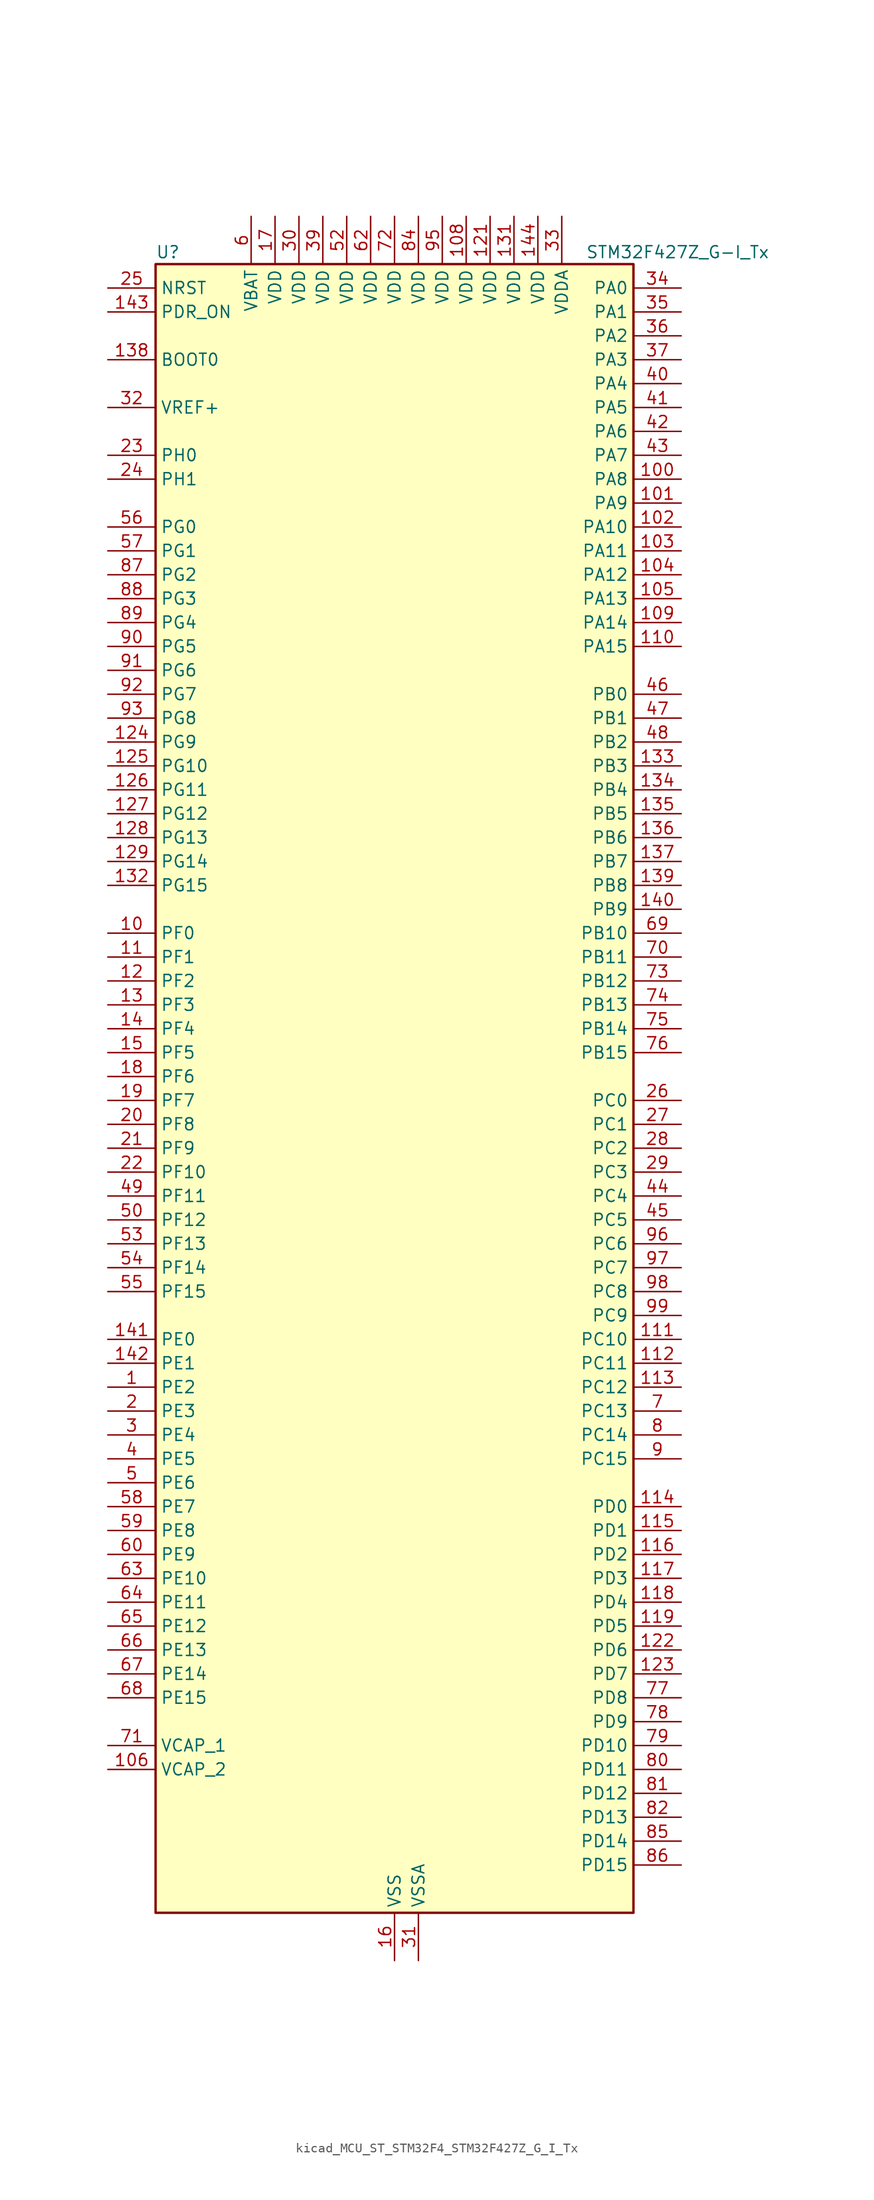
<source format=kicad_sym>
(kicad_symbol_lib
  (version 20220914)
  (generator kicad_symbol_editor)
  (symbol "kicad_MCU_ST_STM32F4_STM32F427Z_G_I_Tx"
    (property "Reference" "U"
      (at -25.4 90.17 0)
      (effects (font (size 1.27 1.27)) (justify left)))
    (property "Value" "STM32F427Z_G-I_Tx"
      (at 20.32 90.17 0)
      (effects (font (size 1.27 1.27)) (justify left)))
    (property "ki_locked" ""
      (at 0 0 0)
      (effects (font (size 1.27 1.27))))
    (symbol "kicad_MCU_ST_STM32F4_STM32F427Z_G_I_Tx_0_1"
      (rectangle (start -25.4 -86.36) (end 25.4 88.9) (stroke (width 0.254) (type default)) (fill (type background))))
    (symbol "kicad_MCU_ST_STM32F4_STM32F427Z_G_I_Tx_1_1"
      (pin bidirectional line (at -30.48 -30.48 0) (length 5.08) (name "PE2" (effects (font (size 1.27 1.27)))) (number "1" (effects (font (size 1.27 1.27)))) (alternate "ETH_TXD3" bidirectional line) (alternate "FMC_A23" bidirectional line) (alternate "SAI1_MCLK_A" bidirectional line) (alternate "SPI4_SCK" bidirectional line) (alternate "SYS_TRACECLK" bidirectional line))
      (pin bidirectional line (at -30.48 17.78 0) (length 5.08) (name "PF0" (effects (font (size 1.27 1.27)))) (number "10" (effects (font (size 1.27 1.27)))) (alternate "FMC_A0" bidirectional line) (alternate "I2C2_SDA" bidirectional line))
      (pin bidirectional line (at 30.48 66.04 180) (length 5.08) (name "PA8" (effects (font (size 1.27 1.27)))) (number "100" (effects (font (size 1.27 1.27)))) (alternate "I2C3_SCL" bidirectional line) (alternate "RCC_MCO_1" bidirectional line) (alternate "TIM1_CH1" bidirectional line) (alternate "USART1_CK" bidirectional line) (alternate "USB_OTG_FS_SOF" bidirectional line))
      (pin bidirectional line (at 30.48 63.5 180) (length 5.08) (name "PA9" (effects (font (size 1.27 1.27)))) (number "101" (effects (font (size 1.27 1.27)))) (alternate "DAC_EXTI9" bidirectional line) (alternate "DCMI_D0" bidirectional line) (alternate "I2C3_SMBA" bidirectional line) (alternate "TIM1_CH2" bidirectional line) (alternate "USART1_TX" bidirectional line) (alternate "USB_OTG_FS_VBUS" bidirectional line))
      (pin bidirectional line (at 30.48 60.96 180) (length 5.08) (name "PA10" (effects (font (size 1.27 1.27)))) (number "102" (effects (font (size 1.27 1.27)))) (alternate "DCMI_D1" bidirectional line) (alternate "TIM1_CH3" bidirectional line) (alternate "USART1_RX" bidirectional line) (alternate "USB_OTG_FS_ID" bidirectional line))
      (pin bidirectional line (at 30.48 58.42 180) (length 5.08) (name "PA11" (effects (font (size 1.27 1.27)))) (number "103" (effects (font (size 1.27 1.27)))) (alternate "ADC1_EXTI11" bidirectional line) (alternate "ADC2_EXTI11" bidirectional line) (alternate "ADC3_EXTI11" bidirectional line) (alternate "CAN1_RX" bidirectional line) (alternate "TIM1_CH4" bidirectional line) (alternate "USART1_CTS" bidirectional line) (alternate "USB_OTG_FS_DM" bidirectional line))
      (pin bidirectional line (at 30.48 55.88 180) (length 5.08) (name "PA12" (effects (font (size 1.27 1.27)))) (number "104" (effects (font (size 1.27 1.27)))) (alternate "CAN1_TX" bidirectional line) (alternate "TIM1_ETR" bidirectional line) (alternate "USART1_RTS" bidirectional line) (alternate "USB_OTG_FS_DP" bidirectional line))
      (pin bidirectional line (at 30.48 53.34 180) (length 5.08) (name "PA13" (effects (font (size 1.27 1.27)))) (number "105" (effects (font (size 1.27 1.27)))) (alternate "SYS_JTMS-SWDIO" bidirectional line))
      (pin power_out line (at -30.48 -71.12 0) (length 5.08) (name "VCAP_2" (effects (font (size 1.27 1.27)))) (number "106" (effects (font (size 1.27 1.27)))))
      (pin passive line (at 0 -91.44 90) (length 5.08) hide (name "VSS" (effects (font (size 1.27 1.27)))) (number "107" (effects (font (size 1.27 1.27)))))
      (pin power_in line (at 7.62 93.98 270) (length 5.08) (name "VDD" (effects (font (size 1.27 1.27)))) (number "108" (effects (font (size 1.27 1.27)))))
      (pin bidirectional line (at 30.48 50.8 180) (length 5.08) (name "PA14" (effects (font (size 1.27 1.27)))) (number "109" (effects (font (size 1.27 1.27)))) (alternate "SYS_JTCK-SWCLK" bidirectional line))
      (pin bidirectional line (at -30.48 15.24 0) (length 5.08) (name "PF1" (effects (font (size 1.27 1.27)))) (number "11" (effects (font (size 1.27 1.27)))) (alternate "FMC_A1" bidirectional line) (alternate "I2C2_SCL" bidirectional line))
      (pin bidirectional line (at 30.48 48.26 180) (length 5.08) (name "PA15" (effects (font (size 1.27 1.27)))) (number "110" (effects (font (size 1.27 1.27)))) (alternate "ADC1_EXTI15" bidirectional line) (alternate "ADC2_EXTI15" bidirectional line) (alternate "ADC3_EXTI15" bidirectional line) (alternate "I2S3_WS" bidirectional line) (alternate "SPI1_NSS" bidirectional line) (alternate "SPI3_NSS" bidirectional line) (alternate "SYS_JTDI" bidirectional line) (alternate "TIM2_CH1" bidirectional line) (alternate "TIM2_ETR" bidirectional line))
      (pin bidirectional line (at 30.48 -25.4 180) (length 5.08) (name "PC10" (effects (font (size 1.27 1.27)))) (number "111" (effects (font (size 1.27 1.27)))) (alternate "DCMI_D8" bidirectional line) (alternate "I2S3_CK" bidirectional line) (alternate "SDIO_D2" bidirectional line) (alternate "SPI3_SCK" bidirectional line) (alternate "UART4_TX" bidirectional line) (alternate "USART3_TX" bidirectional line))
      (pin bidirectional line (at 30.48 -27.94 180) (length 5.08) (name "PC11" (effects (font (size 1.27 1.27)))) (number "112" (effects (font (size 1.27 1.27)))) (alternate "ADC1_EXTI11" bidirectional line) (alternate "ADC2_EXTI11" bidirectional line) (alternate "ADC3_EXTI11" bidirectional line) (alternate "DCMI_D4" bidirectional line) (alternate "I2S3_ext_SD" bidirectional line) (alternate "SDIO_D3" bidirectional line) (alternate "SPI3_MISO" bidirectional line) (alternate "UART4_RX" bidirectional line) (alternate "USART3_RX" bidirectional line))
      (pin bidirectional line (at 30.48 -30.48 180) (length 5.08) (name "PC12" (effects (font (size 1.27 1.27)))) (number "113" (effects (font (size 1.27 1.27)))) (alternate "DCMI_D9" bidirectional line) (alternate "I2S3_SD" bidirectional line) (alternate "SDIO_CK" bidirectional line) (alternate "SPI3_MOSI" bidirectional line) (alternate "UART5_TX" bidirectional line) (alternate "USART3_CK" bidirectional line))
      (pin bidirectional line (at 30.48 -43.18 180) (length 5.08) (name "PD0" (effects (font (size 1.27 1.27)))) (number "114" (effects (font (size 1.27 1.27)))) (alternate "CAN1_RX" bidirectional line) (alternate "FMC_D2" bidirectional line) (alternate "FMC_DA2" bidirectional line))
      (pin bidirectional line (at 30.48 -45.72 180) (length 5.08) (name "PD1" (effects (font (size 1.27 1.27)))) (number "115" (effects (font (size 1.27 1.27)))) (alternate "CAN1_TX" bidirectional line) (alternate "FMC_D3" bidirectional line) (alternate "FMC_DA3" bidirectional line))
      (pin bidirectional line (at 30.48 -48.26 180) (length 5.08) (name "PD2" (effects (font (size 1.27 1.27)))) (number "116" (effects (font (size 1.27 1.27)))) (alternate "DCMI_D11" bidirectional line) (alternate "SDIO_CMD" bidirectional line) (alternate "TIM3_ETR" bidirectional line) (alternate "UART5_RX" bidirectional line))
      (pin bidirectional line (at 30.48 -50.8 180) (length 5.08) (name "PD3" (effects (font (size 1.27 1.27)))) (number "117" (effects (font (size 1.27 1.27)))) (alternate "DCMI_D5" bidirectional line) (alternate "FMC_CLK" bidirectional line) (alternate "I2S2_CK" bidirectional line) (alternate "SPI2_SCK" bidirectional line) (alternate "USART2_CTS" bidirectional line))
      (pin bidirectional line (at 30.48 -53.34 180) (length 5.08) (name "PD4" (effects (font (size 1.27 1.27)))) (number "118" (effects (font (size 1.27 1.27)))) (alternate "FMC_NOE" bidirectional line) (alternate "USART2_RTS" bidirectional line))
      (pin bidirectional line (at 30.48 -55.88 180) (length 5.08) (name "PD5" (effects (font (size 1.27 1.27)))) (number "119" (effects (font (size 1.27 1.27)))) (alternate "FMC_NWE" bidirectional line) (alternate "USART2_TX" bidirectional line))
      (pin bidirectional line (at -30.48 12.7 0) (length 5.08) (name "PF2" (effects (font (size 1.27 1.27)))) (number "12" (effects (font (size 1.27 1.27)))) (alternate "FMC_A2" bidirectional line) (alternate "I2C2_SMBA" bidirectional line))
      (pin passive line (at 0 -91.44 90) (length 5.08) hide (name "VSS" (effects (font (size 1.27 1.27)))) (number "120" (effects (font (size 1.27 1.27)))))
      (pin power_in line (at 10.16 93.98 270) (length 5.08) (name "VDD" (effects (font (size 1.27 1.27)))) (number "121" (effects (font (size 1.27 1.27)))))
      (pin bidirectional line (at 30.48 -58.42 180) (length 5.08) (name "PD6" (effects (font (size 1.27 1.27)))) (number "122" (effects (font (size 1.27 1.27)))) (alternate "DCMI_D10" bidirectional line) (alternate "FMC_NWAIT" bidirectional line) (alternate "I2S3_SD" bidirectional line) (alternate "SAI1_SD_A" bidirectional line) (alternate "SPI3_MOSI" bidirectional line) (alternate "USART2_RX" bidirectional line))
      (pin bidirectional line (at 30.48 -60.96 180) (length 5.08) (name "PD7" (effects (font (size 1.27 1.27)))) (number "123" (effects (font (size 1.27 1.27)))) (alternate "FMC_NCE2" bidirectional line) (alternate "FMC_NE1" bidirectional line) (alternate "USART2_CK" bidirectional line))
      (pin bidirectional line (at -30.48 38.1 0) (length 5.08) (name "PG9" (effects (font (size 1.27 1.27)))) (number "124" (effects (font (size 1.27 1.27)))) (alternate "DAC_EXTI9" bidirectional line) (alternate "DCMI_VSYNC" bidirectional line) (alternate "FMC_NCE3" bidirectional line) (alternate "FMC_NE2" bidirectional line) (alternate "USART6_RX" bidirectional line))
      (pin bidirectional line (at -30.48 35.56 0) (length 5.08) (name "PG10" (effects (font (size 1.27 1.27)))) (number "125" (effects (font (size 1.27 1.27)))) (alternate "DCMI_D2" bidirectional line) (alternate "FMC_NCE4_1" bidirectional line) (alternate "FMC_NE3" bidirectional line))
      (pin bidirectional line (at -30.48 33.02 0) (length 5.08) (name "PG11" (effects (font (size 1.27 1.27)))) (number "126" (effects (font (size 1.27 1.27)))) (alternate "ADC1_EXTI11" bidirectional line) (alternate "ADC2_EXTI11" bidirectional line) (alternate "ADC3_EXTI11" bidirectional line) (alternate "DCMI_D3" bidirectional line) (alternate "ETH_TX_EN" bidirectional line) (alternate "FMC_NCE4_2" bidirectional line))
      (pin bidirectional line (at -30.48 30.48 0) (length 5.08) (name "PG12" (effects (font (size 1.27 1.27)))) (number "127" (effects (font (size 1.27 1.27)))) (alternate "FMC_NE4" bidirectional line) (alternate "SPI6_MISO" bidirectional line) (alternate "USART6_RTS" bidirectional line))
      (pin bidirectional line (at -30.48 27.94 0) (length 5.08) (name "PG13" (effects (font (size 1.27 1.27)))) (number "128" (effects (font (size 1.27 1.27)))) (alternate "ETH_TXD0" bidirectional line) (alternate "FMC_A24" bidirectional line) (alternate "SPI6_SCK" bidirectional line) (alternate "USART6_CTS" bidirectional line))
      (pin bidirectional line (at -30.48 25.4 0) (length 5.08) (name "PG14" (effects (font (size 1.27 1.27)))) (number "129" (effects (font (size 1.27 1.27)))) (alternate "ETH_TXD1" bidirectional line) (alternate "FMC_A25" bidirectional line) (alternate "SPI6_MOSI" bidirectional line) (alternate "USART6_TX" bidirectional line))
      (pin bidirectional line (at -30.48 10.16 0) (length 5.08) (name "PF3" (effects (font (size 1.27 1.27)))) (number "13" (effects (font (size 1.27 1.27)))) (alternate "ADC3_IN9" bidirectional line) (alternate "FMC_A3" bidirectional line))
      (pin passive line (at 0 -91.44 90) (length 5.08) hide (name "VSS" (effects (font (size 1.27 1.27)))) (number "130" (effects (font (size 1.27 1.27)))))
      (pin power_in line (at 12.7 93.98 270) (length 5.08) (name "VDD" (effects (font (size 1.27 1.27)))) (number "131" (effects (font (size 1.27 1.27)))))
      (pin bidirectional line (at -30.48 22.86 0) (length 5.08) (name "PG15" (effects (font (size 1.27 1.27)))) (number "132" (effects (font (size 1.27 1.27)))) (alternate "ADC1_EXTI15" bidirectional line) (alternate "ADC2_EXTI15" bidirectional line) (alternate "ADC3_EXTI15" bidirectional line) (alternate "DCMI_D13" bidirectional line) (alternate "FMC_SDNCAS" bidirectional line) (alternate "USART6_CTS" bidirectional line))
      (pin bidirectional line (at 30.48 35.56 180) (length 5.08) (name "PB3" (effects (font (size 1.27 1.27)))) (number "133" (effects (font (size 1.27 1.27)))) (alternate "I2S3_CK" bidirectional line) (alternate "SPI1_SCK" bidirectional line) (alternate "SPI3_SCK" bidirectional line) (alternate "SYS_JTDO-SWO" bidirectional line) (alternate "TIM2_CH2" bidirectional line))
      (pin bidirectional line (at 30.48 33.02 180) (length 5.08) (name "PB4" (effects (font (size 1.27 1.27)))) (number "134" (effects (font (size 1.27 1.27)))) (alternate "I2S3_ext_SD" bidirectional line) (alternate "SPI1_MISO" bidirectional line) (alternate "SPI3_MISO" bidirectional line) (alternate "SYS_JTRST" bidirectional line) (alternate "TIM3_CH1" bidirectional line))
      (pin bidirectional line (at 30.48 30.48 180) (length 5.08) (name "PB5" (effects (font (size 1.27 1.27)))) (number "135" (effects (font (size 1.27 1.27)))) (alternate "CAN2_RX" bidirectional line) (alternate "DCMI_D10" bidirectional line) (alternate "ETH_PPS_OUT" bidirectional line) (alternate "FMC_SDCKE1" bidirectional line) (alternate "I2C1_SMBA" bidirectional line) (alternate "I2S3_SD" bidirectional line) (alternate "SPI1_MOSI" bidirectional line) (alternate "SPI3_MOSI" bidirectional line) (alternate "TIM3_CH2" bidirectional line) (alternate "USB_OTG_HS_ULPI_D7" bidirectional line))
      (pin bidirectional line (at 30.48 27.94 180) (length 5.08) (name "PB6" (effects (font (size 1.27 1.27)))) (number "136" (effects (font (size 1.27 1.27)))) (alternate "CAN2_TX" bidirectional line) (alternate "DCMI_D5" bidirectional line) (alternate "FMC_SDNE1" bidirectional line) (alternate "I2C1_SCL" bidirectional line) (alternate "TIM4_CH1" bidirectional line) (alternate "USART1_TX" bidirectional line))
      (pin bidirectional line (at 30.48 25.4 180) (length 5.08) (name "PB7" (effects (font (size 1.27 1.27)))) (number "137" (effects (font (size 1.27 1.27)))) (alternate "DCMI_VSYNC" bidirectional line) (alternate "FMC_NL" bidirectional line) (alternate "I2C1_SDA" bidirectional line) (alternate "TIM4_CH2" bidirectional line) (alternate "USART1_RX" bidirectional line))
      (pin input line (at -30.48 78.74 0) (length 5.08) (name "BOOT0" (effects (font (size 1.27 1.27)))) (number "138" (effects (font (size 1.27 1.27)))))
      (pin bidirectional line (at 30.48 22.86 180) (length 5.08) (name "PB8" (effects (font (size 1.27 1.27)))) (number "139" (effects (font (size 1.27 1.27)))) (alternate "CAN1_RX" bidirectional line) (alternate "DCMI_D6" bidirectional line) (alternate "ETH_TXD3" bidirectional line) (alternate "I2C1_SCL" bidirectional line) (alternate "SDIO_D4" bidirectional line) (alternate "TIM10_CH1" bidirectional line) (alternate "TIM4_CH3" bidirectional line))
      (pin bidirectional line (at -30.48 7.62 0) (length 5.08) (name "PF4" (effects (font (size 1.27 1.27)))) (number "14" (effects (font (size 1.27 1.27)))) (alternate "ADC3_IN14" bidirectional line) (alternate "FMC_A4" bidirectional line))
      (pin bidirectional line (at 30.48 20.32 180) (length 5.08) (name "PB9" (effects (font (size 1.27 1.27)))) (number "140" (effects (font (size 1.27 1.27)))) (alternate "CAN1_TX" bidirectional line) (alternate "DAC_EXTI9" bidirectional line) (alternate "DCMI_D7" bidirectional line) (alternate "I2C1_SDA" bidirectional line) (alternate "I2S2_WS" bidirectional line) (alternate "SDIO_D5" bidirectional line) (alternate "SPI2_NSS" bidirectional line) (alternate "TIM11_CH1" bidirectional line) (alternate "TIM4_CH4" bidirectional line))
      (pin bidirectional line (at -30.48 -25.4 0) (length 5.08) (name "PE0" (effects (font (size 1.27 1.27)))) (number "141" (effects (font (size 1.27 1.27)))) (alternate "DCMI_D2" bidirectional line) (alternate "FMC_NBL0" bidirectional line) (alternate "TIM4_ETR" bidirectional line) (alternate "UART8_RX" bidirectional line))
      (pin bidirectional line (at -30.48 -27.94 0) (length 5.08) (name "PE1" (effects (font (size 1.27 1.27)))) (number "142" (effects (font (size 1.27 1.27)))) (alternate "DCMI_D3" bidirectional line) (alternate "FMC_NBL1" bidirectional line) (alternate "UART8_TX" bidirectional line))
      (pin input line (at -30.48 83.82 0) (length 5.08) (name "PDR_ON" (effects (font (size 1.27 1.27)))) (number "143" (effects (font (size 1.27 1.27)))))
      (pin power_in line (at 15.24 93.98 270) (length 5.08) (name "VDD" (effects (font (size 1.27 1.27)))) (number "144" (effects (font (size 1.27 1.27)))))
      (pin bidirectional line (at -30.48 5.08 0) (length 5.08) (name "PF5" (effects (font (size 1.27 1.27)))) (number "15" (effects (font (size 1.27 1.27)))) (alternate "ADC3_IN15" bidirectional line) (alternate "FMC_A5" bidirectional line))
      (pin power_in line (at 0 -91.44 90) (length 5.08) (name "VSS" (effects (font (size 1.27 1.27)))) (number "16" (effects (font (size 1.27 1.27)))))
      (pin power_in line (at -12.7 93.98 270) (length 5.08) (name "VDD" (effects (font (size 1.27 1.27)))) (number "17" (effects (font (size 1.27 1.27)))))
      (pin bidirectional line (at -30.48 2.54 0) (length 5.08) (name "PF6" (effects (font (size 1.27 1.27)))) (number "18" (effects (font (size 1.27 1.27)))) (alternate "ADC3_IN4" bidirectional line) (alternate "FMC_NIORD" bidirectional line) (alternate "SAI1_SD_B" bidirectional line) (alternate "SPI5_NSS" bidirectional line) (alternate "TIM10_CH1" bidirectional line) (alternate "UART7_RX" bidirectional line))
      (pin bidirectional line (at -30.48 0 0) (length 5.08) (name "PF7" (effects (font (size 1.27 1.27)))) (number "19" (effects (font (size 1.27 1.27)))) (alternate "ADC3_IN5" bidirectional line) (alternate "FMC_NREG" bidirectional line) (alternate "SAI1_MCLK_B" bidirectional line) (alternate "SPI5_SCK" bidirectional line) (alternate "TIM11_CH1" bidirectional line) (alternate "UART7_TX" bidirectional line))
      (pin bidirectional line (at -30.48 -33.02 0) (length 5.08) (name "PE3" (effects (font (size 1.27 1.27)))) (number "2" (effects (font (size 1.27 1.27)))) (alternate "FMC_A19" bidirectional line) (alternate "SAI1_SD_B" bidirectional line) (alternate "SYS_TRACED0" bidirectional line))
      (pin bidirectional line (at -30.48 -2.54 0) (length 5.08) (name "PF8" (effects (font (size 1.27 1.27)))) (number "20" (effects (font (size 1.27 1.27)))) (alternate "ADC3_IN6" bidirectional line) (alternate "FMC_NIOWR" bidirectional line) (alternate "SAI1_SCK_B" bidirectional line) (alternate "SPI5_MISO" bidirectional line) (alternate "TIM13_CH1" bidirectional line))
      (pin bidirectional line (at -30.48 -5.08 0) (length 5.08) (name "PF9" (effects (font (size 1.27 1.27)))) (number "21" (effects (font (size 1.27 1.27)))) (alternate "ADC3_IN7" bidirectional line) (alternate "DAC_EXTI9" bidirectional line) (alternate "FMC_CD" bidirectional line) (alternate "SAI1_FS_B" bidirectional line) (alternate "SPI5_MOSI" bidirectional line) (alternate "TIM14_CH1" bidirectional line))
      (pin bidirectional line (at -30.48 -7.62 0) (length 5.08) (name "PF10" (effects (font (size 1.27 1.27)))) (number "22" (effects (font (size 1.27 1.27)))) (alternate "ADC3_IN8" bidirectional line) (alternate "DCMI_D11" bidirectional line) (alternate "FMC_INTR" bidirectional line))
      (pin bidirectional line (at -30.48 68.58 0) (length 5.08) (name "PH0" (effects (font (size 1.27 1.27)))) (number "23" (effects (font (size 1.27 1.27)))) (alternate "RCC_OSC_IN" bidirectional line))
      (pin bidirectional line (at -30.48 66.04 0) (length 5.08) (name "PH1" (effects (font (size 1.27 1.27)))) (number "24" (effects (font (size 1.27 1.27)))) (alternate "RCC_OSC_OUT" bidirectional line))
      (pin input line (at -30.48 86.36 0) (length 5.08) (name "NRST" (effects (font (size 1.27 1.27)))) (number "25" (effects (font (size 1.27 1.27)))))
      (pin bidirectional line (at 30.48 0 180) (length 5.08) (name "PC0" (effects (font (size 1.27 1.27)))) (number "26" (effects (font (size 1.27 1.27)))) (alternate "ADC1_IN10" bidirectional line) (alternate "ADC2_IN10" bidirectional line) (alternate "ADC3_IN10" bidirectional line) (alternate "FMC_SDNWE" bidirectional line) (alternate "USB_OTG_HS_ULPI_STP" bidirectional line))
      (pin bidirectional line (at 30.48 -2.54 180) (length 5.08) (name "PC1" (effects (font (size 1.27 1.27)))) (number "27" (effects (font (size 1.27 1.27)))) (alternate "ADC1_IN11" bidirectional line) (alternate "ADC2_IN11" bidirectional line) (alternate "ADC3_IN11" bidirectional line) (alternate "ETH_MDC" bidirectional line))
      (pin bidirectional line (at 30.48 -5.08 180) (length 5.08) (name "PC2" (effects (font (size 1.27 1.27)))) (number "28" (effects (font (size 1.27 1.27)))) (alternate "ADC1_IN12" bidirectional line) (alternate "ADC2_IN12" bidirectional line) (alternate "ADC3_IN12" bidirectional line) (alternate "ETH_TXD2" bidirectional line) (alternate "FMC_SDNE0" bidirectional line) (alternate "I2S2_ext_SD" bidirectional line) (alternate "SPI2_MISO" bidirectional line) (alternate "USB_OTG_HS_ULPI_DIR" bidirectional line))
      (pin bidirectional line (at 30.48 -7.62 180) (length 5.08) (name "PC3" (effects (font (size 1.27 1.27)))) (number "29" (effects (font (size 1.27 1.27)))) (alternate "ADC1_IN13" bidirectional line) (alternate "ADC2_IN13" bidirectional line) (alternate "ADC3_IN13" bidirectional line) (alternate "ETH_TX_CLK" bidirectional line) (alternate "FMC_SDCKE0" bidirectional line) (alternate "I2S2_SD" bidirectional line) (alternate "SPI2_MOSI" bidirectional line) (alternate "USB_OTG_HS_ULPI_NXT" bidirectional line))
      (pin bidirectional line (at -30.48 -35.56 0) (length 5.08) (name "PE4" (effects (font (size 1.27 1.27)))) (number "3" (effects (font (size 1.27 1.27)))) (alternate "DCMI_D4" bidirectional line) (alternate "FMC_A20" bidirectional line) (alternate "SAI1_FS_A" bidirectional line) (alternate "SPI4_NSS" bidirectional line) (alternate "SYS_TRACED1" bidirectional line))
      (pin power_in line (at -10.16 93.98 270) (length 5.08) (name "VDD" (effects (font (size 1.27 1.27)))) (number "30" (effects (font (size 1.27 1.27)))))
      (pin power_in line (at 2.54 -91.44 90) (length 5.08) (name "VSSA" (effects (font (size 1.27 1.27)))) (number "31" (effects (font (size 1.27 1.27)))))
      (pin input line (at -30.48 73.66 0) (length 5.08) (name "VREF+" (effects (font (size 1.27 1.27)))) (number "32" (effects (font (size 1.27 1.27)))))
      (pin power_in line (at 17.78 93.98 270) (length 5.08) (name "VDDA" (effects (font (size 1.27 1.27)))) (number "33" (effects (font (size 1.27 1.27)))))
      (pin bidirectional line (at 30.48 86.36 180) (length 5.08) (name "PA0" (effects (font (size 1.27 1.27)))) (number "34" (effects (font (size 1.27 1.27)))) (alternate "ADC1_IN0" bidirectional line) (alternate "ADC2_IN0" bidirectional line) (alternate "ADC3_IN0" bidirectional line) (alternate "ETH_CRS" bidirectional line) (alternate "SYS_WKUP" bidirectional line) (alternate "TIM2_CH1" bidirectional line) (alternate "TIM2_ETR" bidirectional line) (alternate "TIM5_CH1" bidirectional line) (alternate "TIM8_ETR" bidirectional line) (alternate "UART4_TX" bidirectional line) (alternate "USART2_CTS" bidirectional line))
      (pin bidirectional line (at 30.48 83.82 180) (length 5.08) (name "PA1" (effects (font (size 1.27 1.27)))) (number "35" (effects (font (size 1.27 1.27)))) (alternate "ADC1_IN1" bidirectional line) (alternate "ADC2_IN1" bidirectional line) (alternate "ADC3_IN1" bidirectional line) (alternate "ETH_REF_CLK" bidirectional line) (alternate "ETH_RX_CLK" bidirectional line) (alternate "TIM2_CH2" bidirectional line) (alternate "TIM5_CH2" bidirectional line) (alternate "UART4_RX" bidirectional line) (alternate "USART2_RTS" bidirectional line))
      (pin bidirectional line (at 30.48 81.28 180) (length 5.08) (name "PA2" (effects (font (size 1.27 1.27)))) (number "36" (effects (font (size 1.27 1.27)))) (alternate "ADC1_IN2" bidirectional line) (alternate "ADC2_IN2" bidirectional line) (alternate "ADC3_IN2" bidirectional line) (alternate "ETH_MDIO" bidirectional line) (alternate "TIM2_CH3" bidirectional line) (alternate "TIM5_CH3" bidirectional line) (alternate "TIM9_CH1" bidirectional line) (alternate "USART2_TX" bidirectional line))
      (pin bidirectional line (at 30.48 78.74 180) (length 5.08) (name "PA3" (effects (font (size 1.27 1.27)))) (number "37" (effects (font (size 1.27 1.27)))) (alternate "ADC1_IN3" bidirectional line) (alternate "ADC2_IN3" bidirectional line) (alternate "ADC3_IN3" bidirectional line) (alternate "ETH_COL" bidirectional line) (alternate "TIM2_CH4" bidirectional line) (alternate "TIM5_CH4" bidirectional line) (alternate "TIM9_CH2" bidirectional line) (alternate "USART2_RX" bidirectional line) (alternate "USB_OTG_HS_ULPI_D0" bidirectional line))
      (pin passive line (at 0 -91.44 90) (length 5.08) hide (name "VSS" (effects (font (size 1.27 1.27)))) (number "38" (effects (font (size 1.27 1.27)))))
      (pin power_in line (at -7.62 93.98 270) (length 5.08) (name "VDD" (effects (font (size 1.27 1.27)))) (number "39" (effects (font (size 1.27 1.27)))))
      (pin bidirectional line (at -30.48 -38.1 0) (length 5.08) (name "PE5" (effects (font (size 1.27 1.27)))) (number "4" (effects (font (size 1.27 1.27)))) (alternate "DCMI_D6" bidirectional line) (alternate "FMC_A21" bidirectional line) (alternate "SAI1_SCK_A" bidirectional line) (alternate "SPI4_MISO" bidirectional line) (alternate "SYS_TRACED2" bidirectional line) (alternate "TIM9_CH1" bidirectional line))
      (pin bidirectional line (at 30.48 76.2 180) (length 5.08) (name "PA4" (effects (font (size 1.27 1.27)))) (number "40" (effects (font (size 1.27 1.27)))) (alternate "ADC1_IN4" bidirectional line) (alternate "ADC2_IN4" bidirectional line) (alternate "DAC_OUT1" bidirectional line) (alternate "DCMI_HSYNC" bidirectional line) (alternate "I2S3_WS" bidirectional line) (alternate "SPI1_NSS" bidirectional line) (alternate "SPI3_NSS" bidirectional line) (alternate "USART2_CK" bidirectional line) (alternate "USB_OTG_HS_SOF" bidirectional line))
      (pin bidirectional line (at 30.48 73.66 180) (length 5.08) (name "PA5" (effects (font (size 1.27 1.27)))) (number "41" (effects (font (size 1.27 1.27)))) (alternate "ADC1_IN5" bidirectional line) (alternate "ADC2_IN5" bidirectional line) (alternate "DAC_OUT2" bidirectional line) (alternate "SPI1_SCK" bidirectional line) (alternate "TIM2_CH1" bidirectional line) (alternate "TIM2_ETR" bidirectional line) (alternate "TIM8_CH1N" bidirectional line) (alternate "USB_OTG_HS_ULPI_CK" bidirectional line))
      (pin bidirectional line (at 30.48 71.12 180) (length 5.08) (name "PA6" (effects (font (size 1.27 1.27)))) (number "42" (effects (font (size 1.27 1.27)))) (alternate "ADC1_IN6" bidirectional line) (alternate "ADC2_IN6" bidirectional line) (alternate "DCMI_PIXCLK" bidirectional line) (alternate "SPI1_MISO" bidirectional line) (alternate "TIM13_CH1" bidirectional line) (alternate "TIM1_BKIN" bidirectional line) (alternate "TIM3_CH1" bidirectional line) (alternate "TIM8_BKIN" bidirectional line))
      (pin bidirectional line (at 30.48 68.58 180) (length 5.08) (name "PA7" (effects (font (size 1.27 1.27)))) (number "43" (effects (font (size 1.27 1.27)))) (alternate "ADC1_IN7" bidirectional line) (alternate "ADC2_IN7" bidirectional line) (alternate "ETH_CRS_DV" bidirectional line) (alternate "ETH_RX_DV" bidirectional line) (alternate "SPI1_MOSI" bidirectional line) (alternate "TIM14_CH1" bidirectional line) (alternate "TIM1_CH1N" bidirectional line) (alternate "TIM3_CH2" bidirectional line) (alternate "TIM8_CH1N" bidirectional line))
      (pin bidirectional line (at 30.48 -10.16 180) (length 5.08) (name "PC4" (effects (font (size 1.27 1.27)))) (number "44" (effects (font (size 1.27 1.27)))) (alternate "ADC1_IN14" bidirectional line) (alternate "ADC2_IN14" bidirectional line) (alternate "ETH_RXD0" bidirectional line))
      (pin bidirectional line (at 30.48 -12.7 180) (length 5.08) (name "PC5" (effects (font (size 1.27 1.27)))) (number "45" (effects (font (size 1.27 1.27)))) (alternate "ADC1_IN15" bidirectional line) (alternate "ADC2_IN15" bidirectional line) (alternate "ETH_RXD1" bidirectional line))
      (pin bidirectional line (at 30.48 43.18 180) (length 5.08) (name "PB0" (effects (font (size 1.27 1.27)))) (number "46" (effects (font (size 1.27 1.27)))) (alternate "ADC1_IN8" bidirectional line) (alternate "ADC2_IN8" bidirectional line) (alternate "ETH_RXD2" bidirectional line) (alternate "TIM1_CH2N" bidirectional line) (alternate "TIM3_CH3" bidirectional line) (alternate "TIM8_CH2N" bidirectional line) (alternate "USB_OTG_HS_ULPI_D1" bidirectional line))
      (pin bidirectional line (at 30.48 40.64 180) (length 5.08) (name "PB1" (effects (font (size 1.27 1.27)))) (number "47" (effects (font (size 1.27 1.27)))) (alternate "ADC1_IN9" bidirectional line) (alternate "ADC2_IN9" bidirectional line) (alternate "ETH_RXD3" bidirectional line) (alternate "TIM1_CH3N" bidirectional line) (alternate "TIM3_CH4" bidirectional line) (alternate "TIM8_CH3N" bidirectional line) (alternate "USB_OTG_HS_ULPI_D2" bidirectional line))
      (pin bidirectional line (at 30.48 38.1 180) (length 5.08) (name "PB2" (effects (font (size 1.27 1.27)))) (number "48" (effects (font (size 1.27 1.27)))))
      (pin bidirectional line (at -30.48 -10.16 0) (length 5.08) (name "PF11" (effects (font (size 1.27 1.27)))) (number "49" (effects (font (size 1.27 1.27)))) (alternate "ADC1_EXTI11" bidirectional line) (alternate "ADC2_EXTI11" bidirectional line) (alternate "ADC3_EXTI11" bidirectional line) (alternate "DCMI_D12" bidirectional line) (alternate "FMC_SDNRAS" bidirectional line) (alternate "SPI5_MOSI" bidirectional line))
      (pin bidirectional line (at -30.48 -40.64 0) (length 5.08) (name "PE6" (effects (font (size 1.27 1.27)))) (number "5" (effects (font (size 1.27 1.27)))) (alternate "DCMI_D7" bidirectional line) (alternate "FMC_A22" bidirectional line) (alternate "SAI1_SD_A" bidirectional line) (alternate "SPI4_MOSI" bidirectional line) (alternate "SYS_TRACED3" bidirectional line) (alternate "TIM9_CH2" bidirectional line))
      (pin bidirectional line (at -30.48 -12.7 0) (length 5.08) (name "PF12" (effects (font (size 1.27 1.27)))) (number "50" (effects (font (size 1.27 1.27)))) (alternate "FMC_A6" bidirectional line))
      (pin passive line (at 0 -91.44 90) (length 5.08) hide (name "VSS" (effects (font (size 1.27 1.27)))) (number "51" (effects (font (size 1.27 1.27)))))
      (pin power_in line (at -5.08 93.98 270) (length 5.08) (name "VDD" (effects (font (size 1.27 1.27)))) (number "52" (effects (font (size 1.27 1.27)))))
      (pin bidirectional line (at -30.48 -15.24 0) (length 5.08) (name "PF13" (effects (font (size 1.27 1.27)))) (number "53" (effects (font (size 1.27 1.27)))) (alternate "FMC_A7" bidirectional line))
      (pin bidirectional line (at -30.48 -17.78 0) (length 5.08) (name "PF14" (effects (font (size 1.27 1.27)))) (number "54" (effects (font (size 1.27 1.27)))) (alternate "FMC_A8" bidirectional line))
      (pin bidirectional line (at -30.48 -20.32 0) (length 5.08) (name "PF15" (effects (font (size 1.27 1.27)))) (number "55" (effects (font (size 1.27 1.27)))) (alternate "ADC1_EXTI15" bidirectional line) (alternate "ADC2_EXTI15" bidirectional line) (alternate "ADC3_EXTI15" bidirectional line) (alternate "FMC_A9" bidirectional line))
      (pin bidirectional line (at -30.48 60.96 0) (length 5.08) (name "PG0" (effects (font (size 1.27 1.27)))) (number "56" (effects (font (size 1.27 1.27)))) (alternate "FMC_A10" bidirectional line))
      (pin bidirectional line (at -30.48 58.42 0) (length 5.08) (name "PG1" (effects (font (size 1.27 1.27)))) (number "57" (effects (font (size 1.27 1.27)))) (alternate "FMC_A11" bidirectional line))
      (pin bidirectional line (at -30.48 -43.18 0) (length 5.08) (name "PE7" (effects (font (size 1.27 1.27)))) (number "58" (effects (font (size 1.27 1.27)))) (alternate "FMC_D4" bidirectional line) (alternate "FMC_DA4" bidirectional line) (alternate "TIM1_ETR" bidirectional line) (alternate "UART7_RX" bidirectional line))
      (pin bidirectional line (at -30.48 -45.72 0) (length 5.08) (name "PE8" (effects (font (size 1.27 1.27)))) (number "59" (effects (font (size 1.27 1.27)))) (alternate "FMC_D5" bidirectional line) (alternate "FMC_DA5" bidirectional line) (alternate "TIM1_CH1N" bidirectional line) (alternate "UART7_TX" bidirectional line))
      (pin power_in line (at -15.24 93.98 270) (length 5.08) (name "VBAT" (effects (font (size 1.27 1.27)))) (number "6" (effects (font (size 1.27 1.27)))))
      (pin bidirectional line (at -30.48 -48.26 0) (length 5.08) (name "PE9" (effects (font (size 1.27 1.27)))) (number "60" (effects (font (size 1.27 1.27)))) (alternate "DAC_EXTI9" bidirectional line) (alternate "FMC_D6" bidirectional line) (alternate "FMC_DA6" bidirectional line) (alternate "TIM1_CH1" bidirectional line))
      (pin passive line (at 0 -91.44 90) (length 5.08) hide (name "VSS" (effects (font (size 1.27 1.27)))) (number "61" (effects (font (size 1.27 1.27)))))
      (pin power_in line (at -2.54 93.98 270) (length 5.08) (name "VDD" (effects (font (size 1.27 1.27)))) (number "62" (effects (font (size 1.27 1.27)))))
      (pin bidirectional line (at -30.48 -50.8 0) (length 5.08) (name "PE10" (effects (font (size 1.27 1.27)))) (number "63" (effects (font (size 1.27 1.27)))) (alternate "FMC_D7" bidirectional line) (alternate "FMC_DA7" bidirectional line) (alternate "TIM1_CH2N" bidirectional line))
      (pin bidirectional line (at -30.48 -53.34 0) (length 5.08) (name "PE11" (effects (font (size 1.27 1.27)))) (number "64" (effects (font (size 1.27 1.27)))) (alternate "ADC1_EXTI11" bidirectional line) (alternate "ADC2_EXTI11" bidirectional line) (alternate "ADC3_EXTI11" bidirectional line) (alternate "FMC_D8" bidirectional line) (alternate "FMC_DA8" bidirectional line) (alternate "SPI4_NSS" bidirectional line) (alternate "TIM1_CH2" bidirectional line))
      (pin bidirectional line (at -30.48 -55.88 0) (length 5.08) (name "PE12" (effects (font (size 1.27 1.27)))) (number "65" (effects (font (size 1.27 1.27)))) (alternate "FMC_D9" bidirectional line) (alternate "FMC_DA9" bidirectional line) (alternate "SPI4_SCK" bidirectional line) (alternate "TIM1_CH3N" bidirectional line))
      (pin bidirectional line (at -30.48 -58.42 0) (length 5.08) (name "PE13" (effects (font (size 1.27 1.27)))) (number "66" (effects (font (size 1.27 1.27)))) (alternate "FMC_D10" bidirectional line) (alternate "FMC_DA10" bidirectional line) (alternate "SPI4_MISO" bidirectional line) (alternate "TIM1_CH3" bidirectional line))
      (pin bidirectional line (at -30.48 -60.96 0) (length 5.08) (name "PE14" (effects (font (size 1.27 1.27)))) (number "67" (effects (font (size 1.27 1.27)))) (alternate "FMC_D11" bidirectional line) (alternate "FMC_DA11" bidirectional line) (alternate "SPI4_MOSI" bidirectional line) (alternate "TIM1_CH4" bidirectional line))
      (pin bidirectional line (at -30.48 -63.5 0) (length 5.08) (name "PE15" (effects (font (size 1.27 1.27)))) (number "68" (effects (font (size 1.27 1.27)))) (alternate "ADC1_EXTI15" bidirectional line) (alternate "ADC2_EXTI15" bidirectional line) (alternate "ADC3_EXTI15" bidirectional line) (alternate "FMC_D12" bidirectional line) (alternate "FMC_DA12" bidirectional line) (alternate "TIM1_BKIN" bidirectional line))
      (pin bidirectional line (at 30.48 17.78 180) (length 5.08) (name "PB10" (effects (font (size 1.27 1.27)))) (number "69" (effects (font (size 1.27 1.27)))) (alternate "ETH_RX_ER" bidirectional line) (alternate "I2C2_SCL" bidirectional line) (alternate "I2S2_CK" bidirectional line) (alternate "SPI2_SCK" bidirectional line) (alternate "TIM2_CH3" bidirectional line) (alternate "USART3_TX" bidirectional line) (alternate "USB_OTG_HS_ULPI_D3" bidirectional line))
      (pin bidirectional line (at 30.48 -33.02 180) (length 5.08) (name "PC13" (effects (font (size 1.27 1.27)))) (number "7" (effects (font (size 1.27 1.27)))) (alternate "RTC_AF1" bidirectional line))
      (pin bidirectional line (at 30.48 15.24 180) (length 5.08) (name "PB11" (effects (font (size 1.27 1.27)))) (number "70" (effects (font (size 1.27 1.27)))) (alternate "ADC1_EXTI11" bidirectional line) (alternate "ADC2_EXTI11" bidirectional line) (alternate "ADC3_EXTI11" bidirectional line) (alternate "ETH_TX_EN" bidirectional line) (alternate "I2C2_SDA" bidirectional line) (alternate "TIM2_CH4" bidirectional line) (alternate "USART3_RX" bidirectional line) (alternate "USB_OTG_HS_ULPI_D4" bidirectional line))
      (pin power_out line (at -30.48 -68.58 0) (length 5.08) (name "VCAP_1" (effects (font (size 1.27 1.27)))) (number "71" (effects (font (size 1.27 1.27)))))
      (pin power_in line (at 0 93.98 270) (length 5.08) (name "VDD" (effects (font (size 1.27 1.27)))) (number "72" (effects (font (size 1.27 1.27)))))
      (pin bidirectional line (at 30.48 12.7 180) (length 5.08) (name "PB12" (effects (font (size 1.27 1.27)))) (number "73" (effects (font (size 1.27 1.27)))) (alternate "CAN2_RX" bidirectional line) (alternate "ETH_TXD0" bidirectional line) (alternate "I2C2_SMBA" bidirectional line) (alternate "I2S2_WS" bidirectional line) (alternate "SPI2_NSS" bidirectional line) (alternate "TIM1_BKIN" bidirectional line) (alternate "USART3_CK" bidirectional line) (alternate "USB_OTG_HS_ID" bidirectional line) (alternate "USB_OTG_HS_ULPI_D5" bidirectional line))
      (pin bidirectional line (at 30.48 10.16 180) (length 5.08) (name "PB13" (effects (font (size 1.27 1.27)))) (number "74" (effects (font (size 1.27 1.27)))) (alternate "CAN2_TX" bidirectional line) (alternate "ETH_TXD1" bidirectional line) (alternate "I2S2_CK" bidirectional line) (alternate "SPI2_SCK" bidirectional line) (alternate "TIM1_CH1N" bidirectional line) (alternate "USART3_CTS" bidirectional line) (alternate "USB_OTG_HS_ULPI_D6" bidirectional line) (alternate "USB_OTG_HS_VBUS" bidirectional line))
      (pin bidirectional line (at 30.48 7.62 180) (length 5.08) (name "PB14" (effects (font (size 1.27 1.27)))) (number "75" (effects (font (size 1.27 1.27)))) (alternate "I2S2_ext_SD" bidirectional line) (alternate "SPI2_MISO" bidirectional line) (alternate "TIM12_CH1" bidirectional line) (alternate "TIM1_CH2N" bidirectional line) (alternate "TIM8_CH2N" bidirectional line) (alternate "USART3_RTS" bidirectional line) (alternate "USB_OTG_HS_DM" bidirectional line))
      (pin bidirectional line (at 30.48 5.08 180) (length 5.08) (name "PB15" (effects (font (size 1.27 1.27)))) (number "76" (effects (font (size 1.27 1.27)))) (alternate "ADC1_EXTI15" bidirectional line) (alternate "ADC2_EXTI15" bidirectional line) (alternate "ADC3_EXTI15" bidirectional line) (alternate "I2S2_SD" bidirectional line) (alternate "RTC_REFIN" bidirectional line) (alternate "SPI2_MOSI" bidirectional line) (alternate "TIM12_CH2" bidirectional line) (alternate "TIM1_CH3N" bidirectional line) (alternate "TIM8_CH3N" bidirectional line) (alternate "USB_OTG_HS_DP" bidirectional line))
      (pin bidirectional line (at 30.48 -63.5 180) (length 5.08) (name "PD8" (effects (font (size 1.27 1.27)))) (number "77" (effects (font (size 1.27 1.27)))) (alternate "FMC_D13" bidirectional line) (alternate "FMC_DA13" bidirectional line) (alternate "USART3_TX" bidirectional line))
      (pin bidirectional line (at 30.48 -66.04 180) (length 5.08) (name "PD9" (effects (font (size 1.27 1.27)))) (number "78" (effects (font (size 1.27 1.27)))) (alternate "DAC_EXTI9" bidirectional line) (alternate "FMC_D14" bidirectional line) (alternate "FMC_DA14" bidirectional line) (alternate "USART3_RX" bidirectional line))
      (pin bidirectional line (at 30.48 -68.58 180) (length 5.08) (name "PD10" (effects (font (size 1.27 1.27)))) (number "79" (effects (font (size 1.27 1.27)))) (alternate "FMC_D15" bidirectional line) (alternate "FMC_DA15" bidirectional line) (alternate "USART3_CK" bidirectional line))
      (pin bidirectional line (at 30.48 -35.56 180) (length 5.08) (name "PC14" (effects (font (size 1.27 1.27)))) (number "8" (effects (font (size 1.27 1.27)))) (alternate "RCC_OSC32_IN" bidirectional line))
      (pin bidirectional line (at 30.48 -71.12 180) (length 5.08) (name "PD11" (effects (font (size 1.27 1.27)))) (number "80" (effects (font (size 1.27 1.27)))) (alternate "ADC1_EXTI11" bidirectional line) (alternate "ADC2_EXTI11" bidirectional line) (alternate "ADC3_EXTI11" bidirectional line) (alternate "FMC_A16" bidirectional line) (alternate "FMC_CLE" bidirectional line) (alternate "USART3_CTS" bidirectional line))
      (pin bidirectional line (at 30.48 -73.66 180) (length 5.08) (name "PD12" (effects (font (size 1.27 1.27)))) (number "81" (effects (font (size 1.27 1.27)))) (alternate "FMC_A17" bidirectional line) (alternate "FMC_ALE" bidirectional line) (alternate "TIM4_CH1" bidirectional line) (alternate "USART3_RTS" bidirectional line))
      (pin bidirectional line (at 30.48 -76.2 180) (length 5.08) (name "PD13" (effects (font (size 1.27 1.27)))) (number "82" (effects (font (size 1.27 1.27)))) (alternate "FMC_A18" bidirectional line) (alternate "TIM4_CH2" bidirectional line))
      (pin passive line (at 0 -91.44 90) (length 5.08) hide (name "VSS" (effects (font (size 1.27 1.27)))) (number "83" (effects (font (size 1.27 1.27)))))
      (pin power_in line (at 2.54 93.98 270) (length 5.08) (name "VDD" (effects (font (size 1.27 1.27)))) (number "84" (effects (font (size 1.27 1.27)))))
      (pin bidirectional line (at 30.48 -78.74 180) (length 5.08) (name "PD14" (effects (font (size 1.27 1.27)))) (number "85" (effects (font (size 1.27 1.27)))) (alternate "FMC_D0" bidirectional line) (alternate "FMC_DA0" bidirectional line) (alternate "TIM4_CH3" bidirectional line))
      (pin bidirectional line (at 30.48 -81.28 180) (length 5.08) (name "PD15" (effects (font (size 1.27 1.27)))) (number "86" (effects (font (size 1.27 1.27)))) (alternate "ADC1_EXTI15" bidirectional line) (alternate "ADC2_EXTI15" bidirectional line) (alternate "ADC3_EXTI15" bidirectional line) (alternate "FMC_D1" bidirectional line) (alternate "FMC_DA1" bidirectional line) (alternate "TIM4_CH4" bidirectional line))
      (pin bidirectional line (at -30.48 55.88 0) (length 5.08) (name "PG2" (effects (font (size 1.27 1.27)))) (number "87" (effects (font (size 1.27 1.27)))) (alternate "FMC_A12" bidirectional line))
      (pin bidirectional line (at -30.48 53.34 0) (length 5.08) (name "PG3" (effects (font (size 1.27 1.27)))) (number "88" (effects (font (size 1.27 1.27)))) (alternate "FMC_A13" bidirectional line))
      (pin bidirectional line (at -30.48 50.8 0) (length 5.08) (name "PG4" (effects (font (size 1.27 1.27)))) (number "89" (effects (font (size 1.27 1.27)))) (alternate "FMC_A14" bidirectional line) (alternate "FMC_BA0" bidirectional line))
      (pin bidirectional line (at 30.48 -38.1 180) (length 5.08) (name "PC15" (effects (font (size 1.27 1.27)))) (number "9" (effects (font (size 1.27 1.27)))) (alternate "ADC1_EXTI15" bidirectional line) (alternate "ADC2_EXTI15" bidirectional line) (alternate "ADC3_EXTI15" bidirectional line) (alternate "RCC_OSC32_OUT" bidirectional line))
      (pin bidirectional line (at -30.48 48.26 0) (length 5.08) (name "PG5" (effects (font (size 1.27 1.27)))) (number "90" (effects (font (size 1.27 1.27)))) (alternate "FMC_A15" bidirectional line) (alternate "FMC_BA1" bidirectional line))
      (pin bidirectional line (at -30.48 45.72 0) (length 5.08) (name "PG6" (effects (font (size 1.27 1.27)))) (number "91" (effects (font (size 1.27 1.27)))) (alternate "DCMI_D12" bidirectional line) (alternate "FMC_INT2" bidirectional line))
      (pin bidirectional line (at -30.48 43.18 0) (length 5.08) (name "PG7" (effects (font (size 1.27 1.27)))) (number "92" (effects (font (size 1.27 1.27)))) (alternate "DCMI_D13" bidirectional line) (alternate "FMC_INT3" bidirectional line) (alternate "USART6_CK" bidirectional line))
      (pin bidirectional line (at -30.48 40.64 0) (length 5.08) (name "PG8" (effects (font (size 1.27 1.27)))) (number "93" (effects (font (size 1.27 1.27)))) (alternate "ETH_PPS_OUT" bidirectional line) (alternate "FMC_SDCLK" bidirectional line) (alternate "SPI6_NSS" bidirectional line) (alternate "USART6_RTS" bidirectional line))
      (pin passive line (at 0 -91.44 90) (length 5.08) hide (name "VSS" (effects (font (size 1.27 1.27)))) (number "94" (effects (font (size 1.27 1.27)))))
      (pin power_in line (at 5.08 93.98 270) (length 5.08) (name "VDD" (effects (font (size 1.27 1.27)))) (number "95" (effects (font (size 1.27 1.27)))))
      (pin bidirectional line (at 30.48 -15.24 180) (length 5.08) (name "PC6" (effects (font (size 1.27 1.27)))) (number "96" (effects (font (size 1.27 1.27)))) (alternate "DCMI_D0" bidirectional line) (alternate "I2S2_MCK" bidirectional line) (alternate "SDIO_D6" bidirectional line) (alternate "TIM3_CH1" bidirectional line) (alternate "TIM8_CH1" bidirectional line) (alternate "USART6_TX" bidirectional line))
      (pin bidirectional line (at 30.48 -17.78 180) (length 5.08) (name "PC7" (effects (font (size 1.27 1.27)))) (number "97" (effects (font (size 1.27 1.27)))) (alternate "DCMI_D1" bidirectional line) (alternate "I2S3_MCK" bidirectional line) (alternate "SDIO_D7" bidirectional line) (alternate "TIM3_CH2" bidirectional line) (alternate "TIM8_CH2" bidirectional line) (alternate "USART6_RX" bidirectional line))
      (pin bidirectional line (at 30.48 -20.32 180) (length 5.08) (name "PC8" (effects (font (size 1.27 1.27)))) (number "98" (effects (font (size 1.27 1.27)))) (alternate "DCMI_D2" bidirectional line) (alternate "SDIO_D0" bidirectional line) (alternate "TIM3_CH3" bidirectional line) (alternate "TIM8_CH3" bidirectional line) (alternate "USART6_CK" bidirectional line))
      (pin bidirectional line (at 30.48 -22.86 180) (length 5.08) (name "PC9" (effects (font (size 1.27 1.27)))) (number "99" (effects (font (size 1.27 1.27)))) (alternate "DAC_EXTI9" bidirectional line) (alternate "DCMI_D3" bidirectional line) (alternate "I2C3_SDA" bidirectional line) (alternate "I2S_CKIN" bidirectional line) (alternate "RCC_MCO_2" bidirectional line) (alternate "SDIO_D1" bidirectional line) (alternate "TIM3_CH4" bidirectional line) (alternate "TIM8_CH4" bidirectional line)))))
</source>
